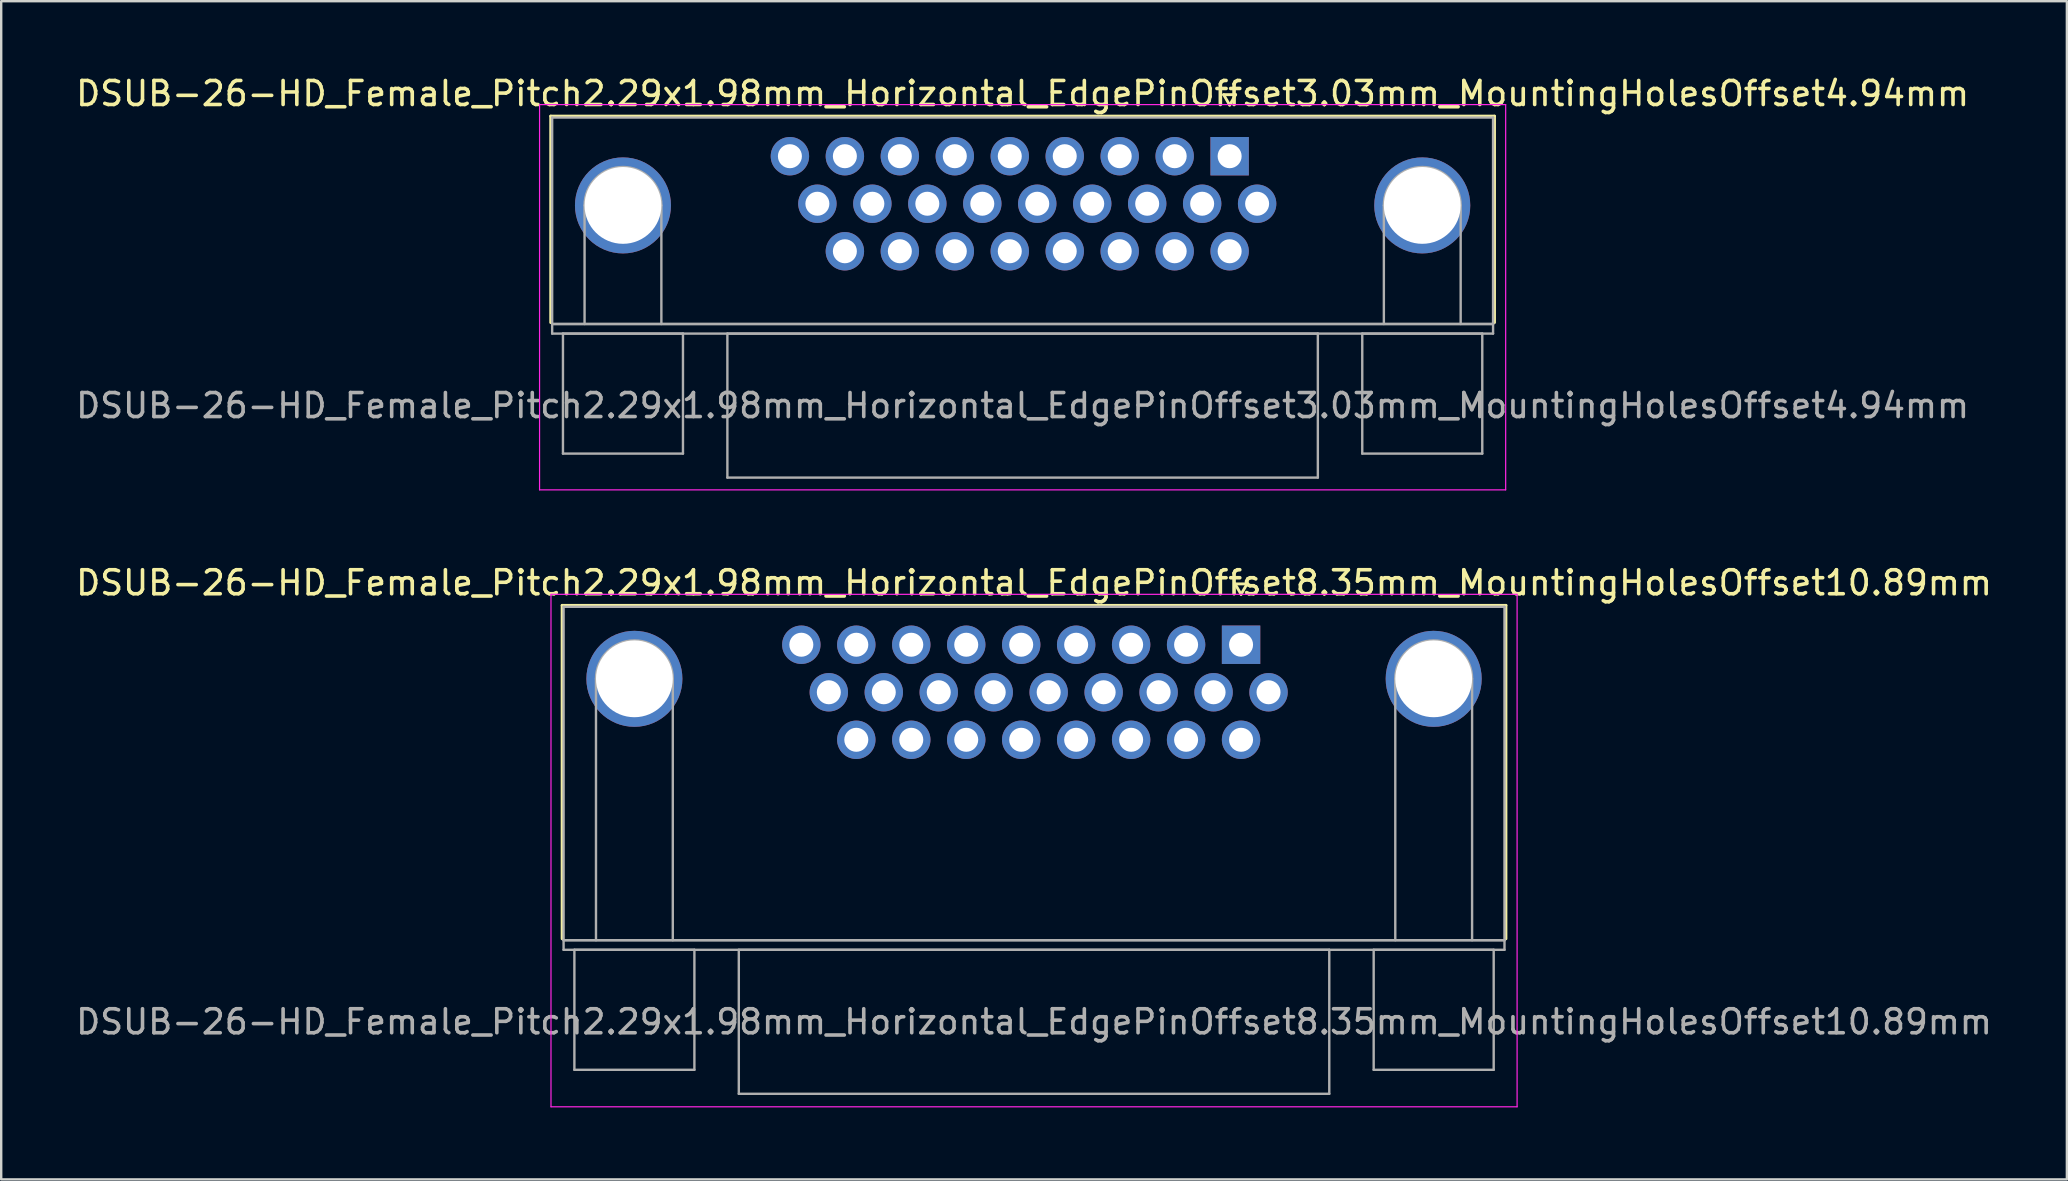
<source format=kicad_pcb>
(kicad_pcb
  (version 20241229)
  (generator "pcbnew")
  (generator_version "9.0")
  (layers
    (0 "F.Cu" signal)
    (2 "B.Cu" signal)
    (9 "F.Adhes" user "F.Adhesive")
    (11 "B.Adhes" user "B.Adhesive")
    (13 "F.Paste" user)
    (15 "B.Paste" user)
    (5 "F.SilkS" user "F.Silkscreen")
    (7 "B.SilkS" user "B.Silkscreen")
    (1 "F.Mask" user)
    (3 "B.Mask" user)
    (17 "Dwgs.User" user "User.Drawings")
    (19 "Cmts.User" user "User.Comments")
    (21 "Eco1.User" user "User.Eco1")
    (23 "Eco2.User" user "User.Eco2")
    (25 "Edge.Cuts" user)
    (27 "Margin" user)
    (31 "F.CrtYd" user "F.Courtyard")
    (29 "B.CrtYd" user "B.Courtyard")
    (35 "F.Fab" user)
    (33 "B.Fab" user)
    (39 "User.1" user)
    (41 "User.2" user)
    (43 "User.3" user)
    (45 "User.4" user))
  (footprint "DSUB-26-HD_Female_Pitch2.29x1.98mm_Horizontal_EdgePinOffset8.35mm_MountingHolesOffset10.89mm"
    (layer "F.Cu")
    (at 48.655 23.811)
    (property "Reference" "DSUB-26-HD_Female_Pitch2.29x1.98mm_Horizontal_EdgePinOffset8.35mm_MountingHolesOffset10.89mm" (at -8.625 -2.58 0) (layer "F.SilkS") (effects (font (size 1 1) (thickness 0.15))))
    (attr through_hole)
    (fp_line (start -28.285 -1.64) (end 11.035 -1.64) (stroke (width 0.12) (type solid)) (layer "F.SilkS"))
    (fp_line (start -28.285 12.25) (end -28.285 -1.64) (stroke (width 0.12) (type solid)) (layer "F.SilkS"))
    (fp_line (start -0.25 -2.534) (end 0.25 -2.534) (stroke (width 0.12) (type solid)) (layer "F.SilkS"))
    (fp_line (start 0 -2.101) (end -0.25 -2.534) (stroke (width 0.12) (type solid)) (layer "F.SilkS"))
    (fp_line (start 0.25 -2.534) (end 0 -2.101) (stroke (width 0.12) (type solid)) (layer "F.SilkS"))
    (fp_line (start 11.035 -1.64) (end 11.035 12.25) (stroke (width 0.12) (type solid)) (layer "F.SilkS"))
    (fp_line (start -28.75 -2.1) (end -28.75 19.25) (stroke (width 0.05) (type solid)) (layer "F.CrtYd"))
    (fp_line (start -28.75 19.25) (end 11.5 19.25) (stroke (width 0.05) (type solid)) (layer "F.CrtYd"))
    (fp_line (start 11.5 -2.1) (end -28.75 -2.1) (stroke (width 0.05) (type solid)) (layer "F.CrtYd"))
    (fp_line (start 11.5 19.25) (end 11.5 -2.1) (stroke (width 0.05) (type solid)) (layer "F.CrtYd"))
    (fp_line (start -28.225 -1.58) (end -28.225 12.31) (stroke (width 0.1) (type solid)) (layer "F.Fab"))
    (fp_line (start -28.225 12.31) (end -28.225 12.71) (stroke (width 0.1) (type solid)) (layer "F.Fab"))
    (fp_line (start -28.225 12.31) (end 10.975 12.31) (stroke (width 0.1) (type solid)) (layer "F.Fab"))
    (fp_line (start -28.225 12.71) (end 10.975 12.71) (stroke (width 0.1) (type solid)) (layer "F.Fab"))
    (fp_line (start -27.775 12.71) (end -27.775 17.71) (stroke (width 0.1) (type solid)) (layer "F.Fab"))
    (fp_line (start -27.775 17.71) (end -22.775 17.71) (stroke (width 0.1) (type solid)) (layer "F.Fab"))
    (fp_line (start -26.875 12.31) (end -26.875 1.42) (stroke (width 0.1) (type solid)) (layer "F.Fab"))
    (fp_line (start -23.675 12.31) (end -23.675 1.42) (stroke (width 0.1) (type solid)) (layer "F.Fab"))
    (fp_line (start -22.775 12.71) (end -27.775 12.71) (stroke (width 0.1) (type solid)) (layer "F.Fab"))
    (fp_line (start -22.775 17.71) (end -22.775 12.71) (stroke (width 0.1) (type solid)) (layer "F.Fab"))
    (fp_line (start -20.925 12.71) (end -20.925 18.71) (stroke (width 0.1) (type solid)) (layer "F.Fab"))
    (fp_line (start -20.925 18.71) (end 3.675 18.71) (stroke (width 0.1) (type solid)) (layer "F.Fab"))
    (fp_line (start 3.675 12.71) (end -20.925 12.71) (stroke (width 0.1) (type solid)) (layer "F.Fab"))
    (fp_line (start 3.675 18.71) (end 3.675 12.71) (stroke (width 0.1) (type solid)) (layer "F.Fab"))
    (fp_line (start 5.525 12.71) (end 5.525 17.71) (stroke (width 0.1) (type solid)) (layer "F.Fab"))
    (fp_line (start 5.525 17.71) (end 10.525 17.71) (stroke (width 0.1) (type solid)) (layer "F.Fab"))
    (fp_line (start 6.425 12.31) (end 6.425 1.42) (stroke (width 0.1) (type solid)) (layer "F.Fab"))
    (fp_line (start 9.625 12.31) (end 9.625 1.42) (stroke (width 0.1) (type solid)) (layer "F.Fab"))
    (fp_line (start 10.525 12.71) (end 5.525 12.71) (stroke (width 0.1) (type solid)) (layer "F.Fab"))
    (fp_line (start 10.525 17.71) (end 10.525 12.71) (stroke (width 0.1) (type solid)) (layer "F.Fab"))
    (fp_line (start 10.975 -1.58) (end -28.225 -1.58) (stroke (width 0.1) (type solid)) (layer "F.Fab"))
    (fp_line (start 10.975 12.31) (end -28.225 12.31) (stroke (width 0.1) (type solid)) (layer "F.Fab"))
    (fp_line (start 10.975 12.31) (end 10.975 -1.58) (stroke (width 0.1) (type solid)) (layer "F.Fab"))
    (fp_line (start 10.975 12.71) (end 10.975 12.31) (stroke (width 0.1) (type solid)) (layer "F.Fab"))
    (fp_arc (start -26.875 1.42) (mid -25.275 -0.18) (end -23.675 1.42) (stroke (width 0.1) (type solid)) (layer "F.Fab"))
    (fp_arc (start 6.425 1.42) (mid 8.025 -0.18) (end 9.625 1.42) (stroke (width 0.1) (type solid)) (layer "F.Fab"))
    (fp_text user "${REFERENCE}" (at -8.625 15.71 0) (layer "F.Fab") (effects (font (size 1 1) (thickness 0.15))))
    (pad "0" thru_hole circle (at -25.275 1.42) (size 4 4) (drill 3.2) (layers "*.Cu" "*.Mask"))
    (pad "0" thru_hole circle (at 8.025 1.42) (size 4 4) (drill 3.2) (layers "*.Cu" "*.Mask"))
    (pad "1" thru_hole rect (at 0 0) (size 1.6 1.6) (drill 1) (layers "*.Cu" "*.Mask"))
    (pad "2" thru_hole circle (at -2.29 0) (size 1.6 1.6) (drill 1) (layers "*.Cu" "*.Mask"))
    (pad "3" thru_hole circle (at -4.58 0) (size 1.6 1.6) (drill 1) (layers "*.Cu" "*.Mask"))
    (pad "4" thru_hole circle (at -6.87 0) (size 1.6 1.6) (drill 1) (layers "*.Cu" "*.Mask"))
    (pad "5" thru_hole circle (at -9.16 0) (size 1.6 1.6) (drill 1) (layers "*.Cu" "*.Mask"))
    (pad "6" thru_hole circle (at -11.45 0) (size 1.6 1.6) (drill 1) (layers "*.Cu" "*.Mask"))
    (pad "7" thru_hole circle (at -13.74 0) (size 1.6 1.6) (drill 1) (layers "*.Cu" "*.Mask"))
    (pad "8" thru_hole circle (at -16.03 0) (size 1.6 1.6) (drill 1) (layers "*.Cu" "*.Mask"))
    (pad "9" thru_hole circle (at -18.32 0) (size 1.6 1.6) (drill 1) (layers "*.Cu" "*.Mask"))
    (pad "10" thru_hole circle (at 1.145 1.98) (size 1.6 1.6) (drill 1) (layers "*.Cu" "*.Mask"))
    (pad "11" thru_hole circle (at -1.145 1.98) (size 1.6 1.6) (drill 1) (layers "*.Cu" "*.Mask"))
    (pad "12" thru_hole circle (at -3.435 1.98) (size 1.6 1.6) (drill 1) (layers "*.Cu" "*.Mask"))
    (pad "13" thru_hole circle (at -5.725 1.98) (size 1.6 1.6) (drill 1) (layers "*.Cu" "*.Mask"))
    (pad "14" thru_hole circle (at -8.015 1.98) (size 1.6 1.6) (drill 1) (layers "*.Cu" "*.Mask"))
    (pad "15" thru_hole circle (at -10.305 1.98) (size 1.6 1.6) (drill 1) (layers "*.Cu" "*.Mask"))
    (pad "16" thru_hole circle (at -12.595 1.98) (size 1.6 1.6) (drill 1) (layers "*.Cu" "*.Mask"))
    (pad "17" thru_hole circle (at -14.885 1.98) (size 1.6 1.6) (drill 1) (layers "*.Cu" "*.Mask"))
    (pad "18" thru_hole circle (at -17.175 1.98) (size 1.6 1.6) (drill 1) (layers "*.Cu" "*.Mask"))
    (pad "19" thru_hole circle (at 0 3.96) (size 1.6 1.6) (drill 1) (layers "*.Cu" "*.Mask"))
    (pad "20" thru_hole circle (at -2.29 3.96) (size 1.6 1.6) (drill 1) (layers "*.Cu" "*.Mask"))
    (pad "21" thru_hole circle (at -4.58 3.96) (size 1.6 1.6) (drill 1) (layers "*.Cu" "*.Mask"))
    (pad "22" thru_hole circle (at -6.87 3.96) (size 1.6 1.6) (drill 1) (layers "*.Cu" "*.Mask"))
    (pad "23" thru_hole circle (at -9.16 3.96) (size 1.6 1.6) (drill 1) (layers "*.Cu" "*.Mask"))
    (pad "24" thru_hole circle (at -11.45 3.96) (size 1.6 1.6) (drill 1) (layers "*.Cu" "*.Mask"))
    (pad "25" thru_hole circle (at -13.74 3.96) (size 1.6 1.6) (drill 1) (layers "*.Cu" "*.Mask"))
    (pad "26" thru_hole circle (at -16.03 3.96) (size 1.6 1.6) (drill 1) (layers "*.Cu" "*.Mask")))
  (footprint "DSUB-26-HD_Female_Pitch2.29x1.98mm_Horizontal_EdgePinOffset3.03mm_MountingHolesOffset4.94mm"
    (layer "F.Cu")
    (at 48.179 3.458)
    (property "Reference" "DSUB-26-HD_Female_Pitch2.29x1.98mm_Horizontal_EdgePinOffset3.03mm_MountingHolesOffset4.94mm" (at -8.625 -2.61 0) (layer "F.SilkS") (effects (font (size 1 1) (thickness 0.15))))
    (attr through_hole)
    (fp_line (start -28.285 -1.67) (end 11.035 -1.67) (stroke (width 0.12) (type solid)) (layer "F.SilkS"))
    (fp_line (start -28.285 6.93) (end -28.285 -1.67) (stroke (width 0.12) (type solid)) (layer "F.SilkS"))
    (fp_line (start -0.25 -2.564) (end 0.25 -2.564) (stroke (width 0.12) (type solid)) (layer "F.SilkS"))
    (fp_line (start 0 -2.131) (end -0.25 -2.564) (stroke (width 0.12) (type solid)) (layer "F.SilkS"))
    (fp_line (start 0.25 -2.564) (end 0 -2.131) (stroke (width 0.12) (type solid)) (layer "F.SilkS"))
    (fp_line (start 11.035 -1.67) (end 11.035 6.93) (stroke (width 0.12) (type solid)) (layer "F.SilkS"))
    (fp_line (start -28.75 -2.15) (end -28.75 13.9) (stroke (width 0.05) (type solid)) (layer "F.CrtYd"))
    (fp_line (start -28.75 13.9) (end 11.5 13.9) (stroke (width 0.05) (type solid)) (layer "F.CrtYd"))
    (fp_line (start 11.5 -2.15) (end -28.75 -2.15) (stroke (width 0.05) (type solid)) (layer "F.CrtYd"))
    (fp_line (start 11.5 13.9) (end 11.5 -2.15) (stroke (width 0.05) (type solid)) (layer "F.CrtYd"))
    (fp_line (start -28.225 -1.61) (end -28.225 6.99) (stroke (width 0.1) (type solid)) (layer "F.Fab"))
    (fp_line (start -28.225 6.99) (end -28.225 7.39) (stroke (width 0.1) (type solid)) (layer "F.Fab"))
    (fp_line (start -28.225 6.99) (end 10.975 6.99) (stroke (width 0.1) (type solid)) (layer "F.Fab"))
    (fp_line (start -28.225 7.39) (end 10.975 7.39) (stroke (width 0.1) (type solid)) (layer "F.Fab"))
    (fp_line (start -27.775 7.39) (end -27.775 12.39) (stroke (width 0.1) (type solid)) (layer "F.Fab"))
    (fp_line (start -27.775 12.39) (end -22.775 12.39) (stroke (width 0.1) (type solid)) (layer "F.Fab"))
    (fp_line (start -26.875 6.99) (end -26.875 2.05) (stroke (width 0.1) (type solid)) (layer "F.Fab"))
    (fp_line (start -23.675 6.99) (end -23.675 2.05) (stroke (width 0.1) (type solid)) (layer "F.Fab"))
    (fp_line (start -22.775 7.39) (end -27.775 7.39) (stroke (width 0.1) (type solid)) (layer "F.Fab"))
    (fp_line (start -22.775 12.39) (end -22.775 7.39) (stroke (width 0.1) (type solid)) (layer "F.Fab"))
    (fp_line (start -20.925 7.39) (end -20.925 13.39) (stroke (width 0.1) (type solid)) (layer "F.Fab"))
    (fp_line (start -20.925 13.39) (end 3.675 13.39) (stroke (width 0.1) (type solid)) (layer "F.Fab"))
    (fp_line (start 3.675 7.39) (end -20.925 7.39) (stroke (width 0.1) (type solid)) (layer "F.Fab"))
    (fp_line (start 3.675 13.39) (end 3.675 7.39) (stroke (width 0.1) (type solid)) (layer "F.Fab"))
    (fp_line (start 5.525 7.39) (end 5.525 12.39) (stroke (width 0.1) (type solid)) (layer "F.Fab"))
    (fp_line (start 5.525 12.39) (end 10.525 12.39) (stroke (width 0.1) (type solid)) (layer "F.Fab"))
    (fp_line (start 6.425 6.99) (end 6.425 2.05) (stroke (width 0.1) (type solid)) (layer "F.Fab"))
    (fp_line (start 9.625 6.99) (end 9.625 2.05) (stroke (width 0.1) (type solid)) (layer "F.Fab"))
    (fp_line (start 10.525 7.39) (end 5.525 7.39) (stroke (width 0.1) (type solid)) (layer "F.Fab"))
    (fp_line (start 10.525 12.39) (end 10.525 7.39) (stroke (width 0.1) (type solid)) (layer "F.Fab"))
    (fp_line (start 10.975 -1.61) (end -28.225 -1.61) (stroke (width 0.1) (type solid)) (layer "F.Fab"))
    (fp_line (start 10.975 6.99) (end -28.225 6.99) (stroke (width 0.1) (type solid)) (layer "F.Fab"))
    (fp_line (start 10.975 6.99) (end 10.975 -1.61) (stroke (width 0.1) (type solid)) (layer "F.Fab"))
    (fp_line (start 10.975 7.39) (end 10.975 6.99) (stroke (width 0.1) (type solid)) (layer "F.Fab"))
    (fp_arc (start -26.875 2.05) (mid -25.275 0.45) (end -23.675 2.05) (stroke (width 0.1) (type solid)) (layer "F.Fab"))
    (fp_arc (start 6.425 2.05) (mid 8.025 0.45) (end 9.625 2.05) (stroke (width 0.1) (type solid)) (layer "F.Fab"))
    (fp_text user "${REFERENCE}" (at -8.625 10.39 0) (layer "F.Fab") (effects (font (size 1 1) (thickness 0.15))))
    (pad "0" thru_hole circle (at -25.275 2.05) (size 4 4) (drill 3.2) (layers "*.Cu" "*.Mask"))
    (pad "0" thru_hole circle (at 8.025 2.05) (size 4 4) (drill 3.2) (layers "*.Cu" "*.Mask"))
    (pad "1" thru_hole rect (at 0 0) (size 1.6 1.6) (drill 1) (layers "*.Cu" "*.Mask"))
    (pad "2" thru_hole circle (at -2.29 0) (size 1.6 1.6) (drill 1) (layers "*.Cu" "*.Mask"))
    (pad "3" thru_hole circle (at -4.58 0) (size 1.6 1.6) (drill 1) (layers "*.Cu" "*.Mask"))
    (pad "4" thru_hole circle (at -6.87 0) (size 1.6 1.6) (drill 1) (layers "*.Cu" "*.Mask"))
    (pad "5" thru_hole circle (at -9.16 0) (size 1.6 1.6) (drill 1) (layers "*.Cu" "*.Mask"))
    (pad "6" thru_hole circle (at -11.45 0) (size 1.6 1.6) (drill 1) (layers "*.Cu" "*.Mask"))
    (pad "7" thru_hole circle (at -13.74 0) (size 1.6 1.6) (drill 1) (layers "*.Cu" "*.Mask"))
    (pad "8" thru_hole circle (at -16.03 0) (size 1.6 1.6) (drill 1) (layers "*.Cu" "*.Mask"))
    (pad "9" thru_hole circle (at -18.32 0) (size 1.6 1.6) (drill 1) (layers "*.Cu" "*.Mask"))
    (pad "10" thru_hole circle (at 1.145 1.98) (size 1.6 1.6) (drill 1) (layers "*.Cu" "*.Mask"))
    (pad "11" thru_hole circle (at -1.145 1.98) (size 1.6 1.6) (drill 1) (layers "*.Cu" "*.Mask"))
    (pad "12" thru_hole circle (at -3.435 1.98) (size 1.6 1.6) (drill 1) (layers "*.Cu" "*.Mask"))
    (pad "13" thru_hole circle (at -5.725 1.98) (size 1.6 1.6) (drill 1) (layers "*.Cu" "*.Mask"))
    (pad "14" thru_hole circle (at -8.015 1.98) (size 1.6 1.6) (drill 1) (layers "*.Cu" "*.Mask"))
    (pad "15" thru_hole circle (at -10.305 1.98) (size 1.6 1.6) (drill 1) (layers "*.Cu" "*.Mask"))
    (pad "16" thru_hole circle (at -12.595 1.98) (size 1.6 1.6) (drill 1) (layers "*.Cu" "*.Mask"))
    (pad "17" thru_hole circle (at -14.885 1.98) (size 1.6 1.6) (drill 1) (layers "*.Cu" "*.Mask"))
    (pad "18" thru_hole circle (at -17.175 1.98) (size 1.6 1.6) (drill 1) (layers "*.Cu" "*.Mask"))
    (pad "19" thru_hole circle (at 0 3.96) (size 1.6 1.6) (drill 1) (layers "*.Cu" "*.Mask"))
    (pad "20" thru_hole circle (at -2.29 3.96) (size 1.6 1.6) (drill 1) (layers "*.Cu" "*.Mask"))
    (pad "21" thru_hole circle (at -4.58 3.96) (size 1.6 1.6) (drill 1) (layers "*.Cu" "*.Mask"))
    (pad "22" thru_hole circle (at -6.87 3.96) (size 1.6 1.6) (drill 1) (layers "*.Cu" "*.Mask"))
    (pad "23" thru_hole circle (at -9.16 3.96) (size 1.6 1.6) (drill 1) (layers "*.Cu" "*.Mask"))
    (pad "24" thru_hole circle (at -11.45 3.96) (size 1.6 1.6) (drill 1) (layers "*.Cu" "*.Mask"))
    (pad "25" thru_hole circle (at -13.74 3.96) (size 1.6 1.6) (drill 1) (layers "*.Cu" "*.Mask"))
    (pad "26" thru_hole circle (at -16.03 3.96) (size 1.6 1.6) (drill 1) (layers "*.Cu" "*.Mask")))
  (gr_rect
    (start -3 -3)
    (end 83.06 46.087)
    (stroke (width 0.1) (type default))
    (fill no)
    (layer "Edge.Cuts")))
</source>
